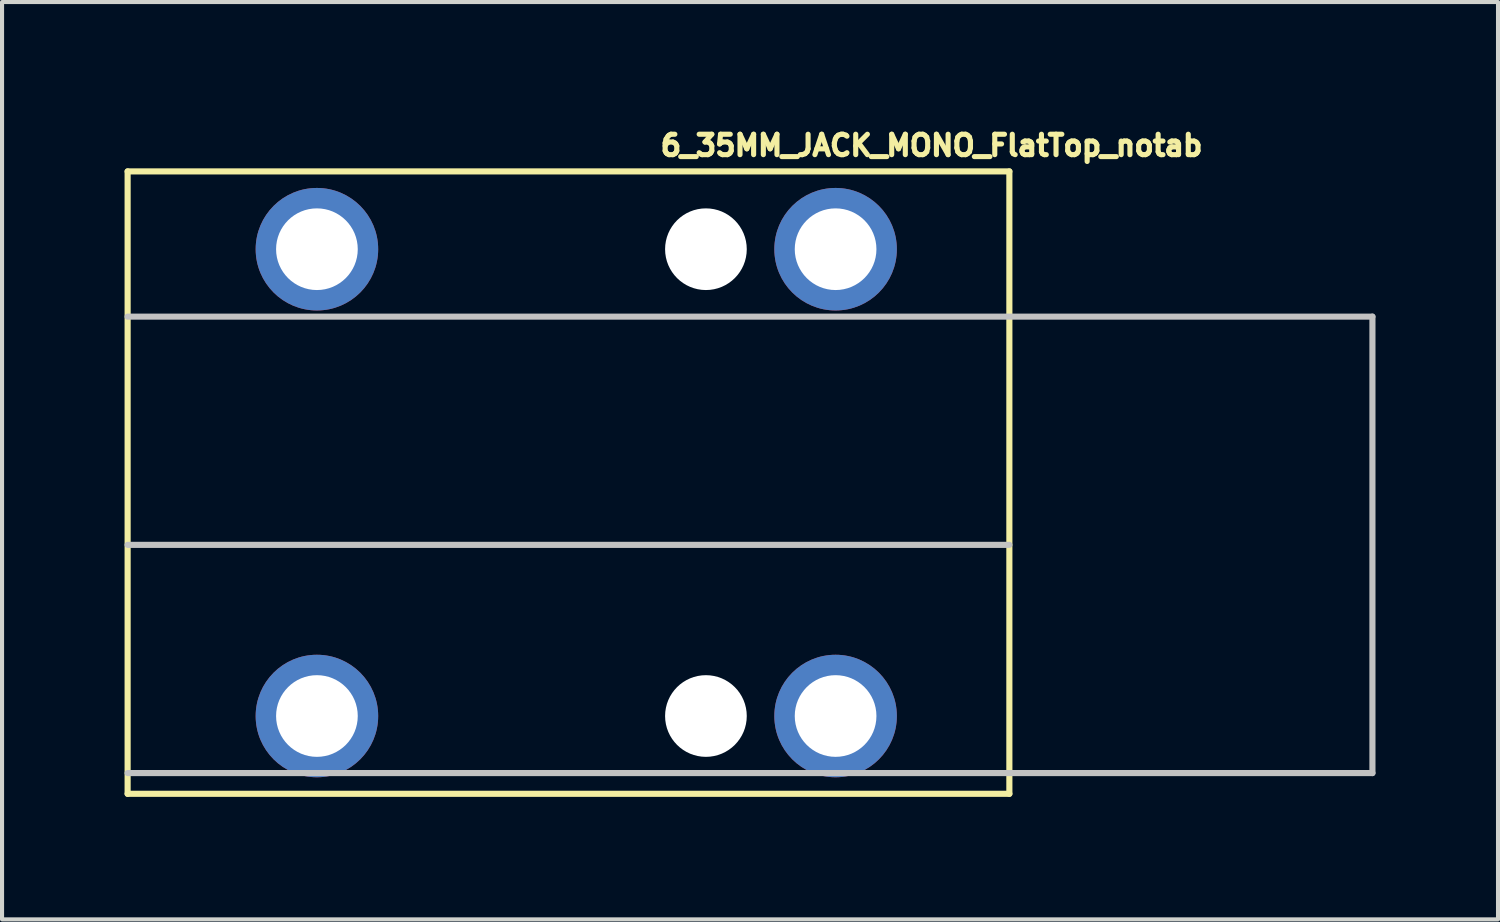
<source format=kicad_pcb>
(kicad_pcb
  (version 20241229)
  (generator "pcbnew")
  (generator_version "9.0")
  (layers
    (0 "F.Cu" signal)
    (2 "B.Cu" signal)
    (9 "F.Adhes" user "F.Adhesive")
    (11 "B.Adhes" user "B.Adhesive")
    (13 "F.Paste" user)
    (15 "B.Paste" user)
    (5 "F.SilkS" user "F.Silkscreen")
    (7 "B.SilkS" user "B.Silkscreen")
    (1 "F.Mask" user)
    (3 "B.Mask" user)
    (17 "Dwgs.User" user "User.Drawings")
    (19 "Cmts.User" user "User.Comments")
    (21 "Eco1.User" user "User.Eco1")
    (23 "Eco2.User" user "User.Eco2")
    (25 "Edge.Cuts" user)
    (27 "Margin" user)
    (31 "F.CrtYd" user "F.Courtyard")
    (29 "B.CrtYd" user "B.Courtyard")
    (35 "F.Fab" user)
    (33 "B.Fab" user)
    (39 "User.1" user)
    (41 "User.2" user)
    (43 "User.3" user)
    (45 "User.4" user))
  (footprint "6_35MM_JACK_MONO_FlatTop_notab"
    (layer "F.Cu")
    (at 10.87 8.767)
    (property "Reference" "6_35MM_JACK_MONO_FlatTop_notab" (at 8.89 -8.255 0) (layer "F.SilkS") (effects (font (size 0.5 0.5) (thickness 0.125))))
    (attr through_hole)
    (fp_line (start -10.795 -7.62) (end -10.795 7.62) (stroke (width 0.15) (type solid)) (layer "F.SilkS"))
    (fp_line (start -10.795 7.62) (end 10.795 7.62) (stroke (width 0.15) (type solid)) (layer "F.SilkS"))
    (fp_line (start 10.795 -7.62) (end -10.795 -7.62) (stroke (width 0.15) (type solid)) (layer "F.SilkS"))
    (fp_line (start 10.795 7.62) (end 10.795 -7.62) (stroke (width 0.15) (type solid)) (layer "F.SilkS"))
    (fp_line (start 10.795 1.524) (end -10.795 1.524) (stroke (width 0.15) (type solid)) (layer "Dwgs.User"))
    (fp_line (start 19.685 -4.064) (end -10.795 -4.064) (stroke (width 0.15) (type solid)) (layer "Dwgs.User"))
    (fp_line (start 19.685 -4.064) (end 19.685 7.112) (stroke (width 0.15) (type solid)) (layer "Dwgs.User"))
    (fp_line (start 19.685 7.112) (end -10.795 7.112) (stroke (width 0.15) (type solid)) (layer "Dwgs.User"))
    (pad "" np_thru_hole circle (at 3.365 -5.715) (size 2 2) (drill 2) (layers "*.Cu" "*.Mask"))
    (pad "" np_thru_hole circle (at 3.365 5.715) (size 2 2) (drill 2) (layers "*.Cu" "*.Mask"))
    (pad "1" thru_hole circle (at -6.16 -5.715) (size 3 3) (drill 2) (layers "*.Cu" "*.Mask"))
    (pad "2" thru_hole circle (at -6.16 5.715) (size 3 3) (drill 2) (layers "*.Cu" "*.Mask"))
    (pad "3" thru_hole circle (at 6.54 5.715) (size 3 3) (drill 2) (layers "*.Cu" "*.Mask"))
    (pad "4" thru_hole circle (at 6.54 -5.715) (size 3 3) (drill 2) (layers "*.Cu" "*.Mask")))
  (gr_rect
    (start -3 -3)
    (end 33.63 19.462)
    (stroke (width 0.1) (type default))
    (fill no)
    (layer "Edge.Cuts")))
</source>
